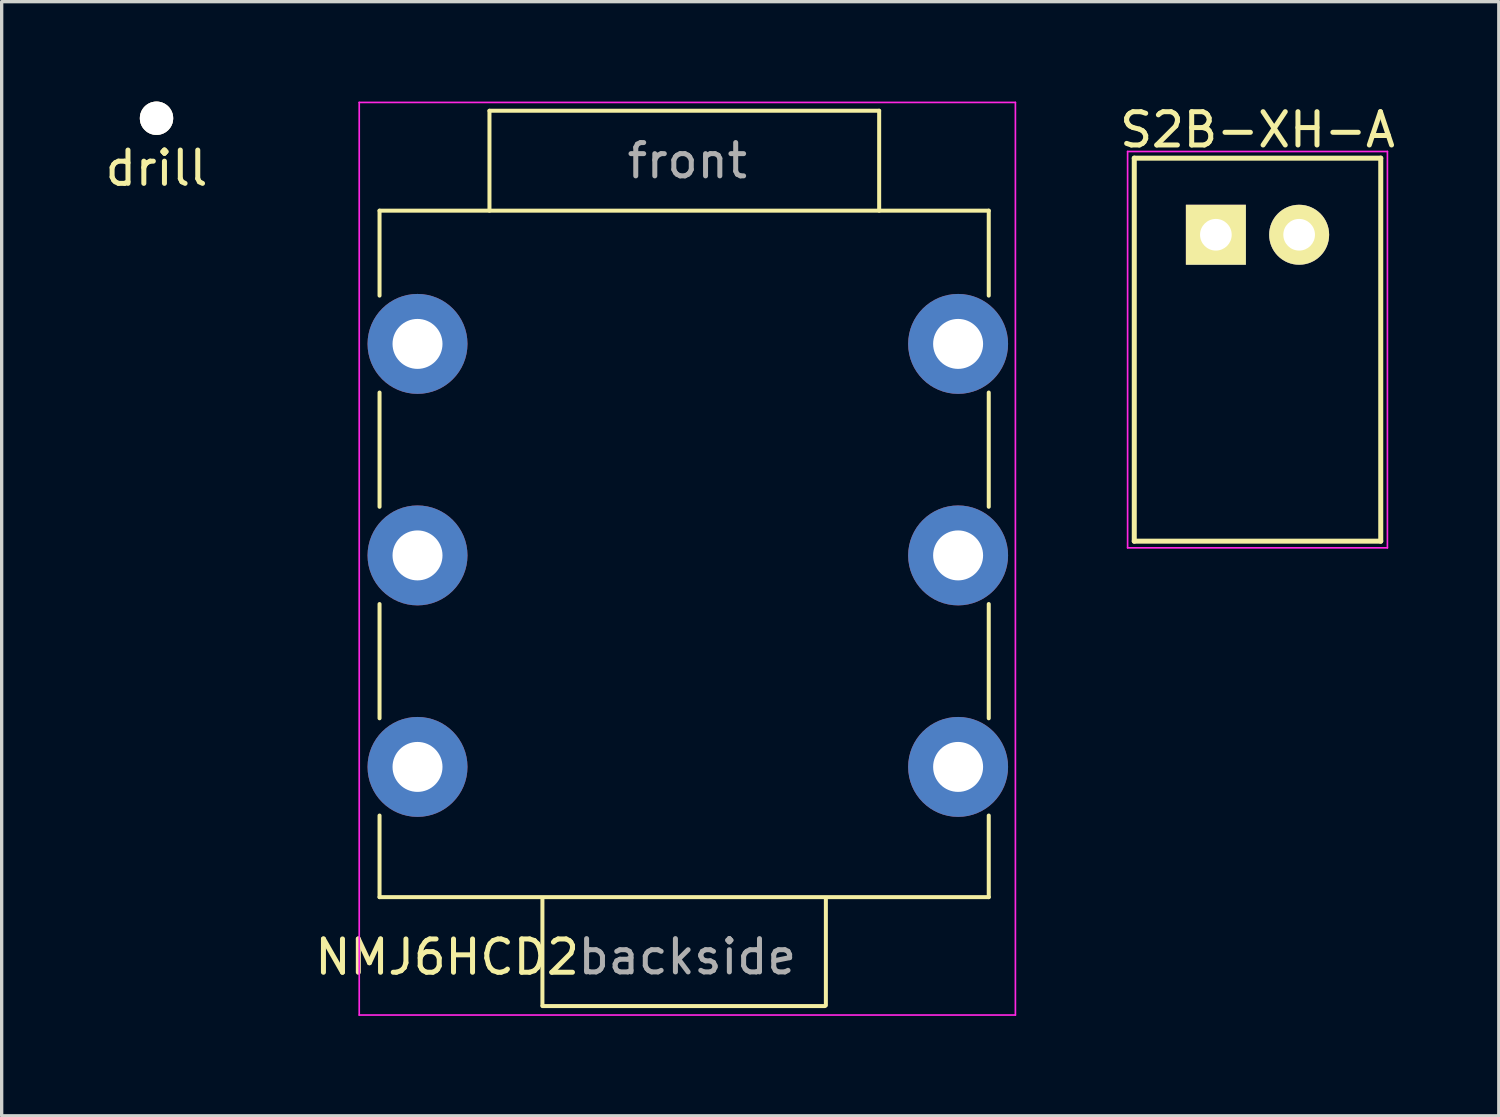
<source format=kicad_pcb>
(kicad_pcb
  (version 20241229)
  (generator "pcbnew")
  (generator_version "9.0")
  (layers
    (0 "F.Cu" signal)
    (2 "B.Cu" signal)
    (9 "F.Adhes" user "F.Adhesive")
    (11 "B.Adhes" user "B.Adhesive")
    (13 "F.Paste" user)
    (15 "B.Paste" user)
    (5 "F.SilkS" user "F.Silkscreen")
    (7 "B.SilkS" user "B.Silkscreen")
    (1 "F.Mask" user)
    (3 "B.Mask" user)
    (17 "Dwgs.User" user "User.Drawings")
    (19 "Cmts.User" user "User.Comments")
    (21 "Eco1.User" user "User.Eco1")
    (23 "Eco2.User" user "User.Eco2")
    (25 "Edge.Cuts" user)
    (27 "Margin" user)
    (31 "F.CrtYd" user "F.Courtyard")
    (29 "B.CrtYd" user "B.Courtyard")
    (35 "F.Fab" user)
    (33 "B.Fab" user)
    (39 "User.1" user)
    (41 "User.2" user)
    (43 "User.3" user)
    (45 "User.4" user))
  (footprint "S2B-XH-A"
    (layer "F.Cu")
    (at 33.454 3.998)
    (property "Reference" "S2B-XH-A" (at 1.25 -3.15 0) (layer "F.SilkS") (effects (font (size 1 1) (thickness 0.15))))
    (attr through_hole)
    (fp_line (start -2.45 -2.3) (end 4.95 -2.3) (stroke (width 0.15) (type solid)) (layer "F.SilkS"))
    (fp_line (start -2.45 9.2) (end -2.45 -2.3) (stroke (width 0.15) (type solid)) (layer "F.SilkS"))
    (fp_line (start -2.45 9.2) (end 4.95 9.2) (stroke (width 0.15) (type solid)) (layer "F.SilkS"))
    (fp_line (start 4.95 9.2) (end 4.95 -2.3) (stroke (width 0.15) (type solid)) (layer "F.SilkS"))
    (fp_line (start -2.65 -2.5) (end -2.65 9.4) (stroke (width 0.05) (type solid)) (layer "F.CrtYd"))
    (fp_line (start -2.65 -2.5) (end 5.15 -2.5) (stroke (width 0.05) (type solid)) (layer "F.CrtYd"))
    (fp_line (start -2.65 9.4) (end 5.15 9.4) (stroke (width 0.05) (type solid)) (layer "F.CrtYd"))
    (fp_line (start 5.15 -2.5) (end 5.15 9.4) (stroke (width 0.05) (type solid)) (layer "F.CrtYd"))
    (pad "1" thru_hole rect (at 0 0) (size 1.8 1.8) (drill 0.95) (layers "*.Cu" "*.Mask" "F.SilkS"))
    (pad "2" thru_hole oval (at 2.5 0) (size 1.8 1.8) (drill 0.95) (layers "*.Cu" "*.Mask" "F.SilkS")))
  (footprint "drill"
    (layer "F.Cu")
    (at 1.649 0.5)
    (property "Reference" "drill" (at 0 1.5 0) (layer "F.SilkS") (effects (font (size 1 1) (thickness 0.15))))
    (attr through_hole)
    (pad "" thru_hole circle (at 0 0) (size 1 1) (drill 1) (layers "*.Cu" "*.Mask" "F.SilkS")))
  (footprint "NMJ6HCD2"
    (layer "F.Cu")
    (at 9.485 19.975)
    (property "Reference" "NMJ6HCD2" (at 0.89 5.71 0) (layer "F.SilkS") (effects (font (size 1 1) (thickness 0.15))))
    (attr through_hole)
    (fp_line (start -1.14 -16.7) (end 17.15 -16.7) (stroke (width 0.12) (type solid)) (layer "F.SilkS"))
    (fp_line (start -1.14 -14.15) (end -1.14 -16.7) (stroke (width 0.12) (type solid)) (layer "F.SilkS"))
    (fp_line (start -1.14 -7.81) (end -1.14 -11.24) (stroke (width 0.12) (type solid)) (layer "F.SilkS"))
    (fp_line (start -1.14 -1.46) (end -1.14 -4.89) (stroke (width 0.12) (type solid)) (layer "F.SilkS"))
    (fp_line (start -1.14 3.91) (end -1.14 1.46) (stroke (width 0.12) (type solid)) (layer "F.SilkS"))
    (fp_line (start -1.14 3.91) (end 17.15 3.91) (stroke (width 0.12) (type solid)) (layer "F.SilkS"))
    (fp_line (start 2.16 -19.7) (end 2.16 -16.7) (stroke (width 0.12) (type solid)) (layer "F.SilkS"))
    (fp_line (start 2.16 -19.7) (end 13.86 -19.7) (stroke (width 0.12) (type solid)) (layer "F.SilkS"))
    (fp_line (start 3.75 3.94) (end 3.75 7.16) (stroke (width 0.12) (type solid)) (layer "F.SilkS"))
    (fp_line (start 3.75 7.18) (end 12.23 7.18) (stroke (width 0.12) (type solid)) (layer "F.SilkS"))
    (fp_line (start 12.26 3.94) (end 12.26 7.16) (stroke (width 0.12) (type solid)) (layer "F.SilkS"))
    (fp_line (start 13.86 -19.7) (end 13.86 -16.7) (stroke (width 0.12) (type solid)) (layer "F.SilkS"))
    (fp_line (start 17.15 -16.7) (end 17.15 -14.15) (stroke (width 0.12) (type solid)) (layer "F.SilkS"))
    (fp_line (start 17.15 -11.24) (end 17.15 -7.81) (stroke (width 0.12) (type solid)) (layer "F.SilkS"))
    (fp_line (start 17.15 -4.89) (end 17.15 -1.46) (stroke (width 0.12) (type solid)) (layer "F.SilkS"))
    (fp_line (start 17.15 3.91) (end 17.15 1.46) (stroke (width 0.12) (type solid)) (layer "F.SilkS"))
    (fp_line (start -1.75 -19.95) (end -1.75 7.45) (stroke (width 0.05) (type solid)) (layer "F.CrtYd"))
    (fp_line (start -1.75 -19.95) (end 17.95 -19.95) (stroke (width 0.05) (type solid)) (layer "F.CrtYd"))
    (fp_line (start -1.75 7.45) (end 17.95 7.45) (stroke (width 0.05) (type solid)) (layer "F.CrtYd"))
    (fp_line (start 17.95 7.45) (end 17.95 -19.95) (stroke (width 0.05) (type solid)) (layer "F.CrtYd"))
    (fp_text user "front" (at 8.1 -18.2 0) (layer "F.Fab") (effects (font (size 1 1) (thickness 0.15))))
    (fp_text user "backside" (at 8.1 5.7 0) (layer "F.Fab") (effects (font (size 1 1) (thickness 0.15))))
    (pad "R" thru_hole circle (at 0 -6.35) (size 3 3) (drill 1.5) (layers "*.Cu" "*.Mask"))
    (pad "RN" thru_hole circle (at 16.23 -6.35) (size 3 3) (drill 1.5) (layers "*.Cu" "*.Mask"))
    (pad "S" thru_hole circle (at 0 -12.7) (size 3 3) (drill 1.5) (layers "*.Cu" "*.Mask"))
    (pad "SN" thru_hole circle (at 16.23 -12.7) (size 3 3) (drill 1.5) (layers "*.Cu" "*.Mask"))
    (pad "T" thru_hole circle (at 0 0) (size 3 3) (drill 1.5) (layers "*.Cu" "*.Mask"))
    (pad "TN" thru_hole circle (at 16.23 0) (size 3 3) (drill 1.5) (layers "*.Cu" "*.Mask")))
  (gr_rect
    (start -3 -3)
    (end 41.948 30.45)
    (stroke (width 0.1) (type default))
    (fill no)
    (layer "Edge.Cuts")))
</source>
